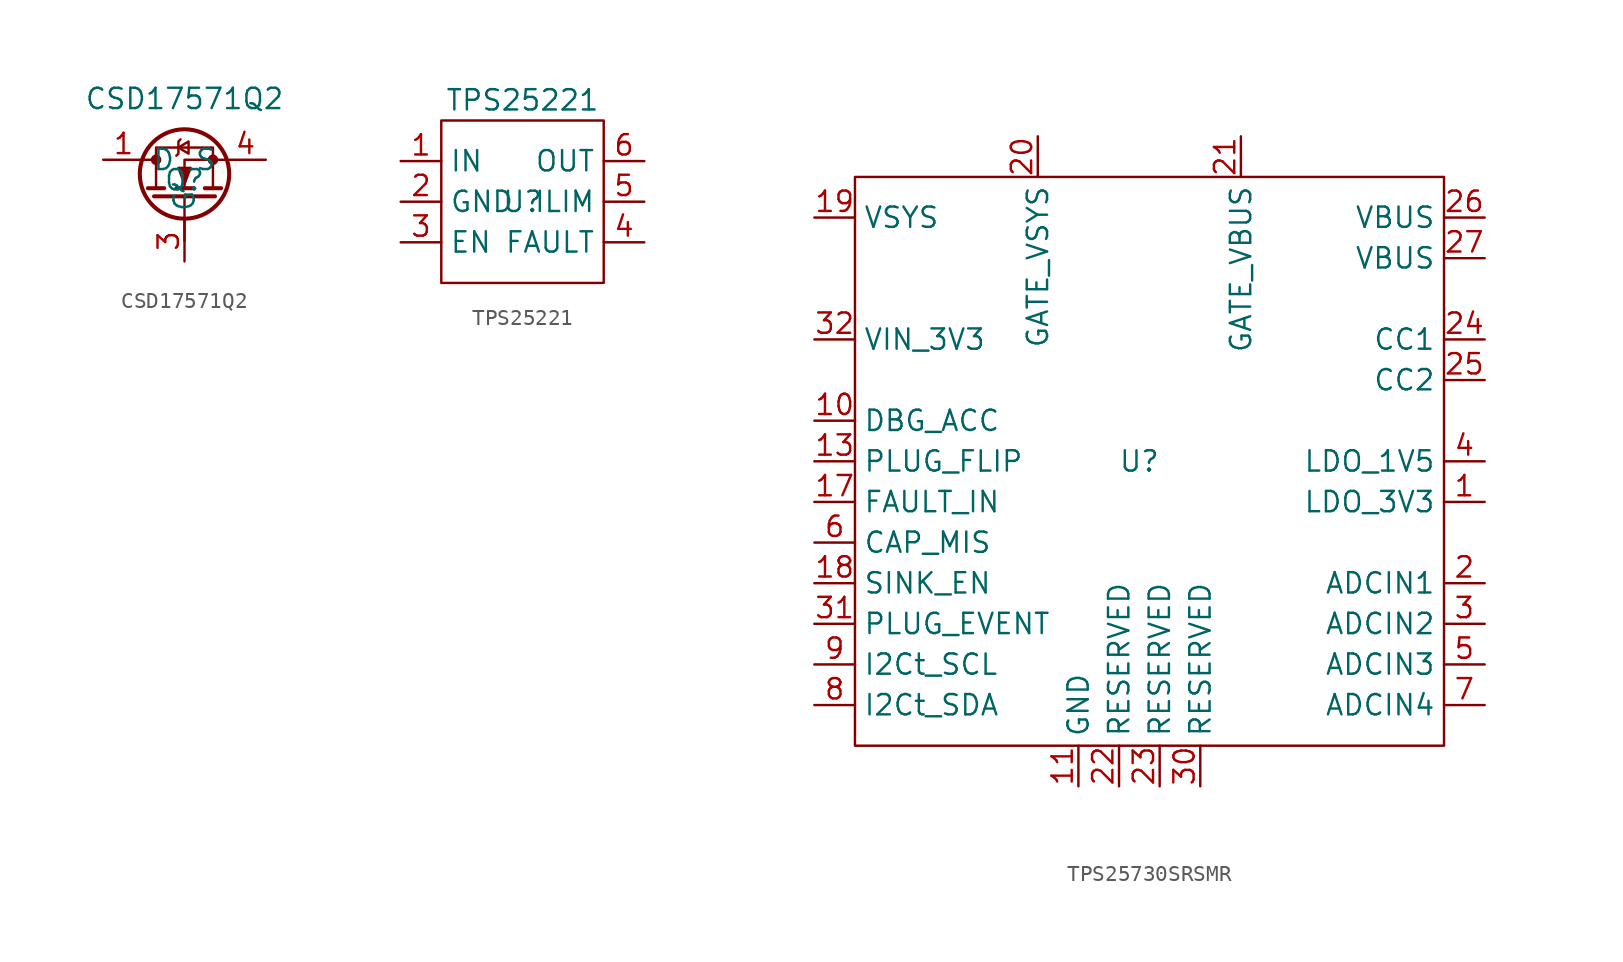
<source format=kicad_sym>
(kicad_symbol_lib
  (version 20231120)
  (generator "kicad_symbol_editor")
  (generator_version "8.0")
  (symbol "CSD17571Q2"
    (property "Reference" "Q"
      (at 0 0 0)
      (effects (font (size 1.27 1.27))))
    (property "Value" "CSD17571Q2"
      (at 0 5.08 0)
      (effects (font (size 1.27 1.27))))
    (symbol "CSD17571Q2_0_1"
      (circle (center -1.778 1.27) (radius 0.254) (stroke (width 0) (type default)) (fill (type outline)))
      (polyline (pts (xy -2.54 1.27) (xy -1.778 1.27)) (stroke (width 0) (type default)) (fill (type none)))
      (polyline (pts (xy -2.286 -0.508) (xy -1.27 -0.508)) (stroke (width 0.254) (type default)) (fill (type none)))
      (polyline (pts (xy -1.905 -1.016) (xy 1.905 -1.016)) (stroke (width 0.254) (type default)) (fill (type none)))
      (polyline (pts (xy -0.508 -0.508) (xy 0.508 -0.508)) (stroke (width 0.254) (type default)) (fill (type none)))
      (polyline (pts (xy 0 -1.016) (xy 0 -3.81)) (stroke (width 0) (type default)) (fill (type none)))
      (polyline (pts (xy 1.27 -0.508) (xy 2.286 -0.508)) (stroke (width 0.254) (type default)) (fill (type none)))
      (polyline (pts (xy 2.54 1.27) (xy 0 1.27) (xy 0 -0.508)) (stroke (width 0) (type default)) (fill (type none)))
      (polyline (pts (xy -0.508 1.524) (xy -0.381 1.651) (xy -0.381 2.413) (xy -0.254 2.54)) (stroke (width 0) (type default)) (fill (type none)))
      (polyline (pts (xy -0.381 2.032) (xy 0.254 1.651) (xy 0.254 2.413) (xy -0.381 2.032)) (stroke (width 0) (type default)) (fill (type none)))
      (polyline (pts (xy 0 -0.254) (xy -0.381 0.762) (xy 0.381 0.762) (xy 0 -0.254)) (stroke (width 0) (type default)) (fill (type outline)))
      (polyline (pts (xy 1.778 -0.508) (xy 1.778 2.032) (xy -1.778 2.032) (xy -1.778 -0.508)) (stroke (width 0) (type default)) (fill (type none)))
      (circle (center 0 0.381) (radius 2.794) (stroke (width 0.254) (type default)) (fill (type none)))
      (circle (center 1.778 1.27) (radius 0.254) (stroke (width 0) (type default)) (fill (type outline))))
    (symbol "CSD17571Q2_1_1"
      (pin passive line (at -5.08 1.27 0) (length 2.54) (name "D" (effects (font (size 1.27 1.27)))) (number "1" (effects (font (size 1.27 1.27)))))
      (pin passive line (at -5.08 1.27 0) (length 2.54) hide (name "D" (effects (font (size 1.27 1.27)))) (number "2" (effects (font (size 1.27 1.27)))))
      (pin passive line (at 0 -5.08 90) (length 2.54) (name "G" (effects (font (size 1.27 1.27)))) (number "3" (effects (font (size 1.27 1.27)))))
      (pin passive line (at 5.08 1.27 180) (length 2.54) (name "S" (effects (font (size 1.27 1.27)))) (number "4" (effects (font (size 1.27 1.27)))))
      (pin passive line (at -5.08 1.27 0) (length 2.54) hide (name "D" (effects (font (size 1.27 1.27)))) (number "5" (effects (font (size 1.27 1.27)))))
      (pin passive line (at -5.08 1.27 0) (length 2.54) hide (name "D" (effects (font (size 1.27 1.27)))) (number "6" (effects (font (size 1.27 1.27)))))
      (pin passive line (at 5.08 1.27 180) (length 2.54) hide (name "S" (effects (font (size 1.27 1.27)))) (number "7" (effects (font (size 1.27 1.27)))))))
  (symbol "TPS25221"
    (property "Reference" "U"
      (at 0 0 0)
      (effects (font (size 1.27 1.27))))
    (property "Value" "TPS25221"
      (at 0 6.35 0)
      (effects (font (size 1.27 1.27))))
    (symbol "TPS25221_0_1"
      (rectangle (start -5.08 5.08) (end 5.08 -5.08) (stroke (width 0) (type default)) (fill (type none))))
    (symbol "TPS25221_1_1"
      (pin input line (at -7.62 2.54 0) (length 2.54) (name "IN" (effects (font (size 1.27 1.27)))) (number "1" (effects (font (size 1.27 1.27)))))
      (pin input line (at -7.62 0 0) (length 2.54) (name "GND" (effects (font (size 1.27 1.27)))) (number "2" (effects (font (size 1.27 1.27)))))
      (pin input line (at -7.62 -2.54 0) (length 2.54) (name "EN" (effects (font (size 1.27 1.27)))) (number "3" (effects (font (size 1.27 1.27)))))
      (pin input line (at 7.62 -2.54 180) (length 2.54) (name "FAULT" (effects (font (size 1.27 1.27)))) (number "4" (effects (font (size 1.27 1.27)))))
      (pin input line (at 7.62 0 180) (length 2.54) (name "ILIM" (effects (font (size 1.27 1.27)))) (number "5" (effects (font (size 1.27 1.27)))))
      (pin input line (at 7.62 2.54 180) (length 2.54) (name "OUT" (effects (font (size 1.27 1.27)))) (number "6" (effects (font (size 1.27 1.27)))))))
  (symbol "TPS25730SRSMR"
    (property "Reference" "U"
      (at 0 0 0)
      (effects (font (size 1.27 1.27))))
    (property "Value" ""
      (at 3.81 -12.7 0)
      (effects (font (size 1.27 1.27))))
    (symbol "TPS25730SRSMR_0_1"
      (rectangle (start -17.78 17.78) (end 19.05 -17.78) (stroke (width 0) (type default)) (fill (type none))))
    (symbol "TPS25730SRSMR_1_1"
      (pin input line (at 21.59 -2.54 180) (length 2.54) (name "LDO_3V3" (effects (font (size 1.27 1.27)))) (number "1" (effects (font (size 1.27 1.27)))))
      (pin input line (at -20.32 2.54 0) (length 2.54) (name "DBG_ACC" (effects (font (size 1.27 1.27)))) (number "10" (effects (font (size 1.27 1.27)))))
      (pin input line (at -3.81 -20.32 90) (length 2.54) (name "GND" (effects (font (size 1.27 1.27)))) (number "11" (effects (font (size 1.27 1.27)))))
      (pin input line (at -3.81 -20.32 90) (length 2.54) hide (name "GND" (effects (font (size 1.27 1.27)))) (number "12" (effects (font (size 1.27 1.27)))))
      (pin input line (at -20.32 0 0) (length 2.54) (name "PLUG_FLIP" (effects (font (size 1.27 1.27)))) (number "13" (effects (font (size 1.27 1.27)))))
      (pin input line (at -3.81 -20.32 90) (length 2.54) hide (name "GND" (effects (font (size 1.27 1.27)))) (number "14" (effects (font (size 1.27 1.27)))))
      (pin input line (at -3.81 -20.32 90) (length 2.54) hide (name "GND" (effects (font (size 1.27 1.27)))) (number "15" (effects (font (size 1.27 1.27)))))
      (pin input line (at -3.81 -20.32 90) (length 2.54) hide (name "GND" (effects (font (size 1.27 1.27)))) (number "16" (effects (font (size 1.27 1.27)))))
      (pin input line (at -20.32 -2.54 0) (length 2.54) (name "FAULT_IN" (effects (font (size 1.27 1.27)))) (number "17" (effects (font (size 1.27 1.27)))))
      (pin input line (at -20.32 -7.62 0) (length 2.54) (name "SINK_EN" (effects (font (size 1.27 1.27)))) (number "18" (effects (font (size 1.27 1.27)))))
      (pin input line (at -20.32 15.24 0) (length 2.54) (name "VSYS" (effects (font (size 1.27 1.27)))) (number "19" (effects (font (size 1.27 1.27)))))
      (pin input line (at 21.59 -7.62 180) (length 2.54) (name "ADCIN1" (effects (font (size 1.27 1.27)))) (number "2" (effects (font (size 1.27 1.27)))))
      (pin input line (at -6.35 20.32 270) (length 2.54) (name "GATE_VSYS" (effects (font (size 1.27 1.27)))) (number "20" (effects (font (size 1.27 1.27)))))
      (pin input line (at 6.35 20.32 270) (length 2.54) (name "GATE_VBUS" (effects (font (size 1.27 1.27)))) (number "21" (effects (font (size 1.27 1.27)))))
      (pin input line (at -1.27 -20.32 90) (length 2.54) (name "RESERVED" (effects (font (size 1.27 1.27)))) (number "22" (effects (font (size 1.27 1.27)))))
      (pin input line (at 1.27 -20.32 90) (length 2.54) (name "RESERVED" (effects (font (size 1.27 1.27)))) (number "23" (effects (font (size 1.27 1.27)))))
      (pin input line (at 21.59 7.62 180) (length 2.54) (name "CC1" (effects (font (size 1.27 1.27)))) (number "24" (effects (font (size 1.27 1.27)))))
      (pin input line (at 21.59 5.08 180) (length 2.54) (name "CC2" (effects (font (size 1.27 1.27)))) (number "25" (effects (font (size 1.27 1.27)))))
      (pin input line (at 21.59 15.24 180) (length 2.54) (name "VBUS" (effects (font (size 1.27 1.27)))) (number "26" (effects (font (size 1.27 1.27)))))
      (pin input line (at 21.59 12.7 180) (length 2.54) (name "VBUS" (effects (font (size 1.27 1.27)))) (number "27" (effects (font (size 1.27 1.27)))))
      (pin input line (at -3.81 -20.32 90) (length 2.54) hide (name "GND" (effects (font (size 1.27 1.27)))) (number "28" (effects (font (size 1.27 1.27)))))
      (pin input line (at -3.81 -20.32 90) (length 2.54) hide (name "GND" (effects (font (size 1.27 1.27)))) (number "29" (effects (font (size 1.27 1.27)))))
      (pin input line (at 21.59 -10.16 180) (length 2.54) (name "ADCIN2" (effects (font (size 1.27 1.27)))) (number "3" (effects (font (size 1.27 1.27)))))
      (pin input line (at 3.81 -20.32 90) (length 2.54) (name "RESERVED" (effects (font (size 1.27 1.27)))) (number "30" (effects (font (size 1.27 1.27)))))
      (pin input line (at -20.32 -10.16 0) (length 2.54) (name "PLUG_EVENT" (effects (font (size 1.27 1.27)))) (number "31" (effects (font (size 1.27 1.27)))))
      (pin input line (at -20.32 7.62 0) (length 2.54) (name "VIN_3V3" (effects (font (size 1.27 1.27)))) (number "32" (effects (font (size 1.27 1.27)))))
      (pin input line (at 21.59 0 180) (length 2.54) (name "LDO_1V5" (effects (font (size 1.27 1.27)))) (number "4" (effects (font (size 1.27 1.27)))))
      (pin input line (at 21.59 -12.7 180) (length 2.54) (name "ADCIN3" (effects (font (size 1.27 1.27)))) (number "5" (effects (font (size 1.27 1.27)))))
      (pin input line (at -20.32 -5.08 0) (length 2.54) (name "CAP_MIS" (effects (font (size 1.27 1.27)))) (number "6" (effects (font (size 1.27 1.27)))))
      (pin input line (at 21.59 -15.24 180) (length 2.54) (name "ADCIN4" (effects (font (size 1.27 1.27)))) (number "7" (effects (font (size 1.27 1.27)))))
      (pin input line (at -20.32 -15.24 0) (length 2.54) (name "I2Ct_SDA" (effects (font (size 1.27 1.27)))) (number "8" (effects (font (size 1.27 1.27)))))
      (pin input line (at -20.32 -12.7 0) (length 2.54) (name "I2Ct_SCL" (effects (font (size 1.27 1.27)))) (number "9" (effects (font (size 1.27 1.27))))))))
</source>
